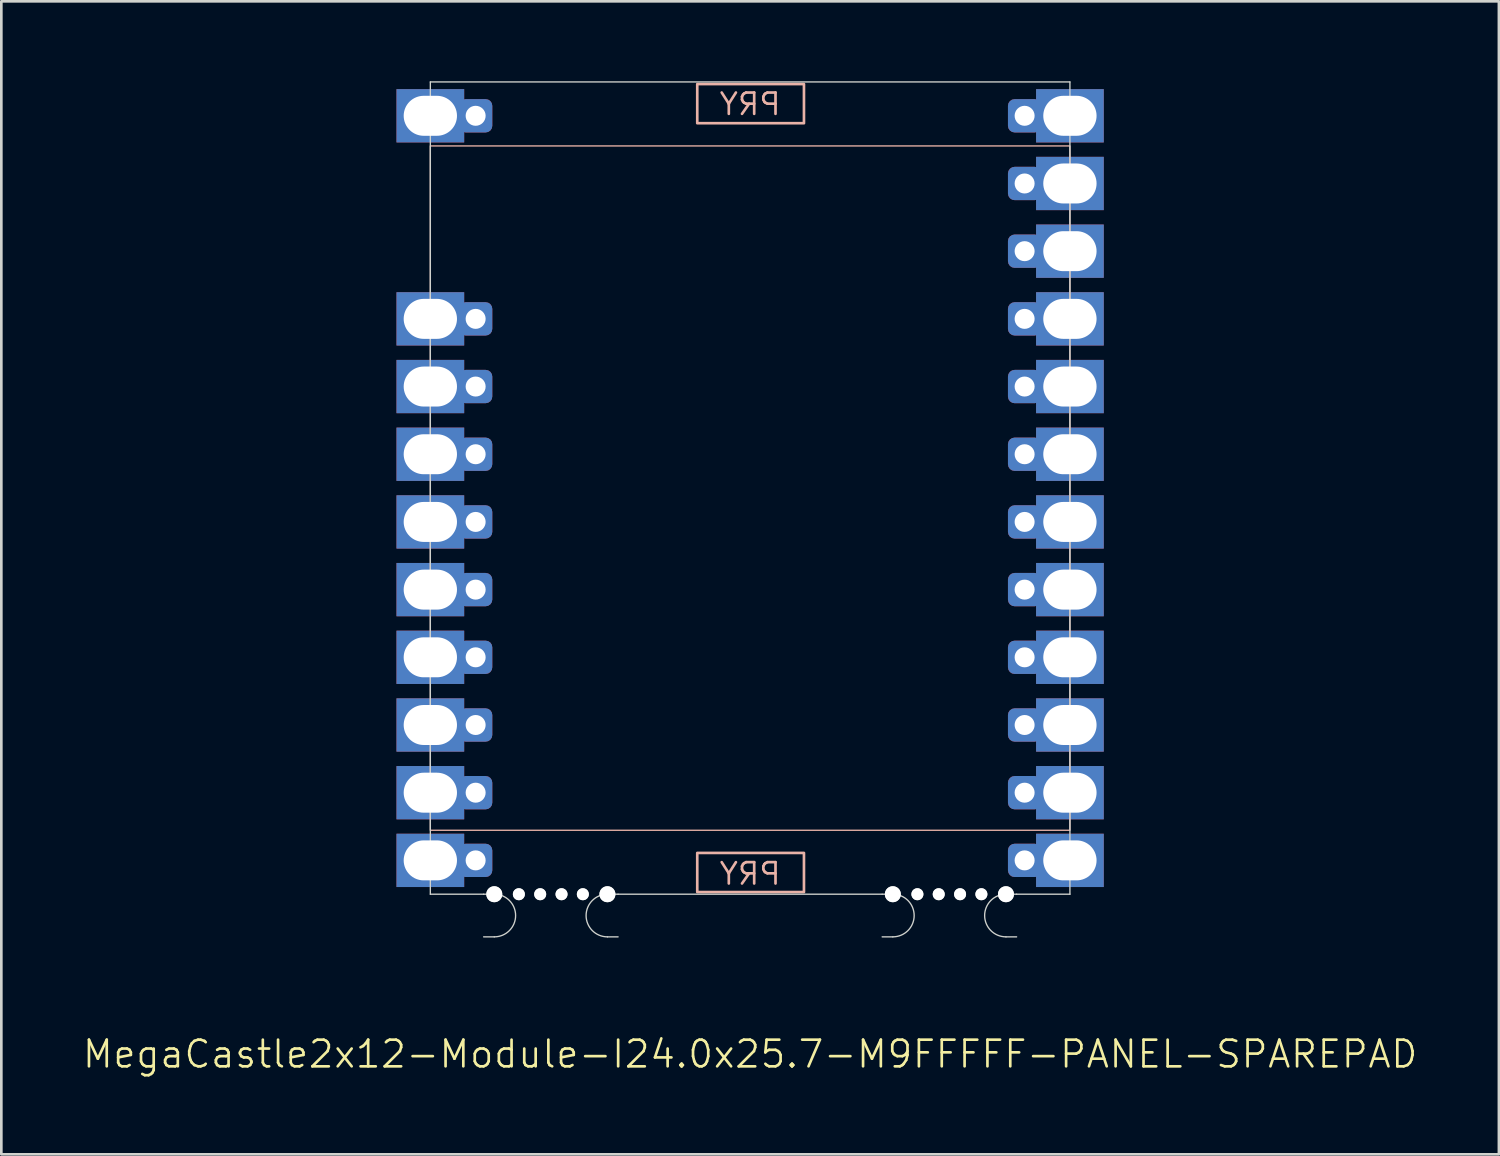
<source format=kicad_pcb>
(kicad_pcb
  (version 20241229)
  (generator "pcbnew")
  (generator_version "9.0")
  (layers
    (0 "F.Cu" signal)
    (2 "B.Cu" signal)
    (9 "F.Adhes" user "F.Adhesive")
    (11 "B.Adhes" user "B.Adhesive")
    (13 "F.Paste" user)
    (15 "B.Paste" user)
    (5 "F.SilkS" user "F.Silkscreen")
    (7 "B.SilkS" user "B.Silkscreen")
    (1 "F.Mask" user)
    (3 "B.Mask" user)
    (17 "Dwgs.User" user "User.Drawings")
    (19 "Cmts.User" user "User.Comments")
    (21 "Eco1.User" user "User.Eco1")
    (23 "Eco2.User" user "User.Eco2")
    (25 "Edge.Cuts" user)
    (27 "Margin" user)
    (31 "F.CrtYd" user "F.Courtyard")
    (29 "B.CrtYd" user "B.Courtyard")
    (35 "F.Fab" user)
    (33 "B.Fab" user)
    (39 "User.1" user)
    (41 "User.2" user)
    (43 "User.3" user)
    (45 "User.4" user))
  (footprint "MegaCastle2x12-Module-I24.0x25.7-M9FFFFF-PANEL-SPAREPAD"
    (layer "F.Cu")
    (at 25.098 15.265)
    (property "Reference" "MegaCastle2x12-Module-I24.0x25.7-M9FFFFF-PANEL-SPAREPAD" (at 0 21.24 0) (unlocked yes) (layer "F.SilkS") (effects (font (size 1 1) (thickness 0.1))))
    (attr smd)
    (fp_rect (start -12 12.84) (end 12 -12.84) (stroke (width 0.05) (type default)) (fill no) (layer "B.SilkS"))
    (fp_rect (start -1.984 -13.691) (end 2.02 -15.16) (stroke (width 0.1) (type default)) (fill no) (layer "B.SilkS"))
    (fp_rect (start -1.984 13.691) (end 2.02 15.16) (stroke (width 0.1) (type default)) (fill no) (layer "B.SilkS"))
    (fp_line (start -12 -15.24) (end -12 15.24) (stroke (width 0.05) (type default)) (layer "Edge.Cuts"))
    (fp_line (start -12 -15.24) (end 12 -15.24) (stroke (width 0.05) (type default)) (layer "Edge.Cuts"))
    (fp_line (start -12 15.24) (end -10 15.24) (stroke (width 0.05) (type default)) (layer "Edge.Cuts"))
    (fp_line (start -10 15.24) (end -9.6 15.24) (stroke (width 0.05) (type default)) (layer "Edge.Cuts"))
    (fp_line (start -10 16.84) (end -9.6 16.84) (stroke (width 0.05) (type default)) (layer "Edge.Cuts"))
    (fp_line (start -4.955 15.24) (end -5.355 15.24) (stroke (width 0.05) (type default)) (layer "Edge.Cuts"))
    (fp_line (start -4.955 15.24) (end 4.955 15.24) (stroke (width 0.05) (type default)) (layer "Edge.Cuts"))
    (fp_line (start -4.955 16.84) (end -5.355 16.84) (stroke (width 0.05) (type default)) (layer "Edge.Cuts"))
    (fp_line (start 4.955 15.24) (end 5.355 15.24) (stroke (width 0.05) (type default)) (layer "Edge.Cuts"))
    (fp_line (start 4.955 16.84) (end 5.355 16.84) (stroke (width 0.05) (type default)) (layer "Edge.Cuts"))
    (fp_line (start 10 15.24) (end 9.6 15.24) (stroke (width 0.05) (type default)) (layer "Edge.Cuts"))
    (fp_line (start 10 15.24) (end 12 15.24) (stroke (width 0.05) (type default)) (layer "Edge.Cuts"))
    (fp_line (start 10 16.84) (end 9.6 16.84) (stroke (width 0.05) (type default)) (layer "Edge.Cuts"))
    (fp_line (start 12 -15.24) (end 12 15.24) (stroke (width 0.05) (type default)) (layer "Edge.Cuts"))
    (fp_arc (start -9.6 15.24) (mid -8.8 16.040001) (end -9.6 16.84) (stroke (width 0.05) (type default)) (layer "Edge.Cuts"))
    (fp_arc (start -5.355 16.84) (mid -6.155 16.04) (end -5.355 15.24) (stroke (width 0.05) (type default)) (layer "Edge.Cuts"))
    (fp_arc (start 5.355 15.24) (mid 6.155 16.040001) (end 5.355 16.84) (stroke (width 0.05) (type default)) (layer "Edge.Cuts"))
    (fp_arc (start 9.6 16.84) (mid 8.8 16.04) (end 9.6 15.24) (stroke (width 0.05) (type default)) (layer "Edge.Cuts"))
    (fp_text user "PRY" (at 0 14.94 0) (unlocked yes) (layer "B.SilkS") (effects (font (size 0.8 0.8) (thickness 0.1)) (justify bottom mirror)))
    (fp_text user "PRY" (at 0 -13.94 0) (unlocked yes) (layer "B.SilkS") (effects (font (size 0.8 0.8) (thickness 0.1)) (justify bottom mirror)))
    (pad "" np_thru_hole circle (at -9.6 15.24) (size 0.6 0.6) (drill 0.6) (layers "*.Cu" "Edge.Cuts"))
    (pad "" np_thru_hole circle (at -8.678 15.24) (size 0.45 0.45) (drill 0.45) (layers "*.Cu" "Edge.Cuts"))
    (pad "" np_thru_hole circle (at -7.878 15.24) (size 0.45 0.45) (drill 0.45) (layers "*.Cu" "Edge.Cuts"))
    (pad "" np_thru_hole circle (at -7.077 15.24) (size 0.45 0.45) (drill 0.45) (layers "*.Cu" "Edge.Cuts"))
    (pad "" np_thru_hole circle (at -6.277 15.24) (size 0.45 0.45) (drill 0.45) (layers "*.Cu" "Edge.Cuts"))
    (pad "" np_thru_hole circle (at -5.355 15.24) (size 0.6 0.6) (drill 0.6) (layers "*.Cu" "Edge.Cuts"))
    (pad "" np_thru_hole circle (at 5.355 15.24) (size 0.6 0.6) (drill 0.6) (layers "*.Cu" "Edge.Cuts"))
    (pad "" np_thru_hole circle (at 6.277 15.24) (size 0.45 0.45) (drill 0.45) (layers "*.Cu" "Edge.Cuts"))
    (pad "" np_thru_hole circle (at 7.077 15.24) (size 0.45 0.45) (drill 0.45) (layers "*.Cu" "Edge.Cuts"))
    (pad "" np_thru_hole circle (at 7.878 15.24) (size 0.45 0.45) (drill 0.45) (layers "*.Cu" "Edge.Cuts"))
    (pad "" np_thru_hole circle (at 8.678 15.24) (size 0.45 0.45) (drill 0.45) (layers "*.Cu" "Edge.Cuts"))
    (pad "" np_thru_hole circle (at 9.6 15.24) (size 0.6 0.6) (drill 0.6) (layers "*.Cu" "Edge.Cuts"))
    (pad "1" thru_hole rect (at -12 -13.97) (size 2.54 2) (drill oval 2 1.5) (property pad_prop_castellated) (layers "*.Cu" "*.Mask"))
    (pad "1" thru_hole roundrect (at -10.3 -13.97 180) (size 1.25 1.25) (drill 0.75) (layers "*.Cu" "*.Mask") (roundrect_rratio 0.2))
    (pad "4" thru_hole rect (at -12 -6.35) (size 2.54 2) (drill oval 2 1.5) (property pad_prop_castellated) (layers "*.Cu" "*.Mask"))
    (pad "4" thru_hole roundrect (at -10.3 -6.35 180) (size 1.25 1.25) (drill 0.75) (layers "*.Cu" "*.Mask") (roundrect_rratio 0.2))
    (pad "5" thru_hole rect (at -12 -3.81) (size 2.54 2) (drill oval 2 1.5) (property pad_prop_castellated) (layers "*.Cu" "*.Mask"))
    (pad "5" thru_hole roundrect (at -10.3 -3.81 180) (size 1.25 1.25) (drill 0.75) (layers "*.Cu" "*.Mask") (roundrect_rratio 0.2))
    (pad "6" thru_hole rect (at -12 -1.27) (size 2.54 2) (drill oval 2 1.5) (property pad_prop_castellated) (layers "*.Cu" "*.Mask"))
    (pad "6" thru_hole roundrect (at -10.3 -1.27 180) (size 1.25 1.25) (drill 0.75) (layers "*.Cu" "*.Mask") (roundrect_rratio 0.2))
    (pad "7" thru_hole rect (at -12 1.27) (size 2.54 2) (drill oval 2 1.5) (property pad_prop_castellated) (layers "*.Cu" "*.Mask"))
    (pad "7" thru_hole roundrect (at -10.3 1.27 180) (size 1.25 1.25) (drill 0.75) (layers "*.Cu" "*.Mask") (roundrect_rratio 0.2))
    (pad "8" thru_hole rect (at -12 3.81) (size 2.54 2) (drill oval 2 1.5) (property pad_prop_castellated) (layers "*.Cu" "*.Mask"))
    (pad "8" thru_hole roundrect (at -10.3 3.81 180) (size 1.25 1.25) (drill 0.75) (layers "*.Cu" "*.Mask") (roundrect_rratio 0.2))
    (pad "9" thru_hole rect (at -12 6.35) (size 2.54 2) (drill oval 2 1.5) (property pad_prop_castellated) (layers "*.Cu" "*.Mask"))
    (pad "9" thru_hole roundrect (at -10.3 6.35 180) (size 1.25 1.25) (drill 0.75) (layers "*.Cu" "*.Mask") (roundrect_rratio 0.2))
    (pad "10" thru_hole rect (at -12 8.89) (size 2.54 2) (drill oval 2 1.5) (property pad_prop_castellated) (layers "*.Cu" "*.Mask"))
    (pad "10" thru_hole roundrect (at -10.3 8.89 180) (size 1.25 1.25) (drill 0.75) (layers "*.Cu" "*.Mask") (roundrect_rratio 0.2))
    (pad "11" thru_hole rect (at -12 11.43) (size 2.54 2) (drill oval 2 1.5) (property pad_prop_castellated) (layers "*.Cu" "*.Mask"))
    (pad "11" thru_hole roundrect (at -10.3 11.43 180) (size 1.25 1.25) (drill 0.75) (layers "*.Cu" "*.Mask") (roundrect_rratio 0.2))
    (pad "12" thru_hole rect (at -12 13.97) (size 2.54 2) (drill oval 2 1.5) (property pad_prop_castellated) (layers "*.Cu" "*.Mask"))
    (pad "12" thru_hole roundrect (at -10.3 13.97 180) (size 1.25 1.25) (drill 0.75) (layers "*.Cu" "*.Mask") (roundrect_rratio 0.2))
    (pad "13" thru_hole roundrect (at 10.3 -13.97 180) (size 1.25 1.25) (drill 0.75) (layers "*.Cu" "*.Mask") (roundrect_rratio 0.2))
    (pad "13" thru_hole rect (at 12 -13.97) (size 2.54 2) (drill oval 2 1.5) (property pad_prop_castellated) (layers "*.Cu" "*.Mask"))
    (pad "14" thru_hole roundrect (at 10.3 -11.43 180) (size 1.25 1.25) (drill 0.75) (layers "*.Cu" "*.Mask") (roundrect_rratio 0.2))
    (pad "14" thru_hole rect (at 12 -11.43) (size 2.54 2) (drill oval 2 1.5) (property pad_prop_castellated) (layers "*.Cu" "*.Mask"))
    (pad "15" thru_hole roundrect (at 10.3 -8.89 180) (size 1.25 1.25) (drill 0.75) (layers "*.Cu" "*.Mask") (roundrect_rratio 0.2))
    (pad "15" thru_hole rect (at 12 -8.89) (size 2.54 2) (drill oval 2 1.5) (property pad_prop_castellated) (layers "*.Cu" "*.Mask"))
    (pad "16" thru_hole roundrect (at 10.3 -6.35 180) (size 1.25 1.25) (drill 0.75) (layers "*.Cu" "*.Mask") (roundrect_rratio 0.2))
    (pad "16" thru_hole rect (at 12 -6.35) (size 2.54 2) (drill oval 2 1.5) (property pad_prop_castellated) (layers "*.Cu" "*.Mask"))
    (pad "17" thru_hole roundrect (at 10.3 -3.81 180) (size 1.25 1.25) (drill 0.75) (layers "*.Cu" "*.Mask") (roundrect_rratio 0.2))
    (pad "17" thru_hole rect (at 12 -3.81) (size 2.54 2) (drill oval 2 1.5) (property pad_prop_castellated) (layers "*.Cu" "*.Mask"))
    (pad "18" thru_hole roundrect (at 10.3 -1.27 180) (size 1.25 1.25) (drill 0.75) (layers "*.Cu" "*.Mask") (roundrect_rratio 0.2))
    (pad "18" thru_hole rect (at 12 -1.27) (size 2.54 2) (drill oval 2 1.5) (property pad_prop_castellated) (layers "*.Cu" "*.Mask"))
    (pad "19" thru_hole roundrect (at 10.3 1.27 180) (size 1.25 1.25) (drill 0.75) (layers "*.Cu" "*.Mask") (roundrect_rratio 0.2))
    (pad "19" thru_hole rect (at 12 1.27) (size 2.54 2) (drill oval 2 1.5) (property pad_prop_castellated) (layers "*.Cu" "*.Mask"))
    (pad "20" thru_hole roundrect (at 10.3 3.81 180) (size 1.25 1.25) (drill 0.75) (layers "*.Cu" "*.Mask") (roundrect_rratio 0.2))
    (pad "20" thru_hole rect (at 12 3.81) (size 2.54 2) (drill oval 2 1.5) (property pad_prop_castellated) (layers "*.Cu" "*.Mask"))
    (pad "21" thru_hole roundrect (at 10.3 6.35 180) (size 1.25 1.25) (drill 0.75) (layers "*.Cu" "*.Mask") (roundrect_rratio 0.2))
    (pad "21" thru_hole rect (at 12 6.35) (size 2.54 2) (drill oval 2 1.5) (property pad_prop_castellated) (layers "*.Cu" "*.Mask"))
    (pad "22" thru_hole roundrect (at 10.3 8.89 180) (size 1.25 1.25) (drill 0.75) (layers "*.Cu" "*.Mask") (roundrect_rratio 0.2))
    (pad "22" thru_hole rect (at 12 8.89) (size 2.54 2) (drill oval 2 1.5) (property pad_prop_castellated) (layers "*.Cu" "*.Mask"))
    (pad "23" thru_hole roundrect (at 10.3 11.43 180) (size 1.25 1.25) (drill 0.75) (layers "*.Cu" "*.Mask") (roundrect_rratio 0.2))
    (pad "23" thru_hole rect (at 12 11.43) (size 2.54 2) (drill oval 2 1.5) (property pad_prop_castellated) (layers "*.Cu" "*.Mask"))
    (pad "24" thru_hole roundrect (at 10.3 13.97 180) (size 1.25 1.25) (drill 0.75) (layers "*.Cu" "*.Mask") (roundrect_rratio 0.2))
    (pad "24" thru_hole rect (at 12 13.97) (size 2.54 2) (drill oval 2 1.5) (property pad_prop_castellated) (layers "*.Cu" "*.Mask"))
    (zone (net_name "") (layer "B.Cu") (hatch edge 0.5) (connect_pads) (min_thickness 0.25) (filled_areas_thickness no) (keepout (tracks allowed) (vias allowed) (pads allowed) (copperpour allowed) (footprints not_allowed)) (placement (enabled no)) (fill) (polygon (pts (xy 13.098 30.505) (xy 13.098 0.025))))
    (zone (net_name "") (layer "B.Cu") (hatch edge 0.5) (connect_pads) (min_thickness 0.25) (filled_areas_thickness no) (keepout (tracks allowed) (vias allowed) (pads allowed) (copperpour allowed) (footprints not_allowed)) (placement (enabled no)) (fill) (polygon (pts (xy 37.098 30.505) (xy 37.098 0.025))))
    (zone (net_name "") (layer "B.Cu") (hatch edge 0.5) (connect_pads) (min_thickness 0.25) (filled_areas_thickness no) (keepout (tracks allowed) (vias allowed) (pads allowed) (copperpour allowed) (footprints not_allowed)) (placement (enabled no)) (fill) (polygon (pts (xy 13.098 0.025) (xy 13.098 2.425) (xy 37.098 2.425) (xy 37.098 0.025))))
    (zone (net_name "") (layer "B.Cu") (hatch edge 0.5) (connect_pads) (min_thickness 0.25) (filled_areas_thickness no) (keepout (tracks allowed) (vias allowed) (pads allowed) (copperpour allowed) (footprints not_allowed)) (placement (enabled no)) (fill) (polygon (pts (xy 13.098 30.505) (xy 13.098 28.105) (xy 37.098 28.105) (xy 37.098 30.505))))
    (zone (net_name "") (layer "B.Cu") (name "Upper Pry Zone") (hatch edge 0.5) (connect_pads) (min_thickness 0.25) (filled_areas_thickness no) (keepout (tracks not_allowed) (vias not_allowed) (pads not_allowed) (copperpour allowed) (footprints not_allowed)) (placement (enabled no)) (fill) (polygon (pts (xy 23.113 1.574) (xy 23.113 0.105) (xy 27.117 0.105) (xy 27.117 1.574))))
    (zone (net_name "") (layer "B.Cu") (name "Upper Pry Zone") (hatch edge 0.5) (connect_pads) (min_thickness 0.25) (filled_areas_thickness no) (keepout (tracks not_allowed) (vias not_allowed) (pads not_allowed) (copperpour allowed) (footprints not_allowed)) (placement (enabled no)) (fill) (polygon (pts (xy 23.113 28.956) (xy 23.113 30.425) (xy 27.117 30.425) (xy 27.117 28.956)))))
  (gr_rect
    (start -3 -3)
    (end 53.195 40.266)
    (stroke (width 0.1) (type default))
    (fill no)
    (layer "Edge.Cuts")))
</source>
